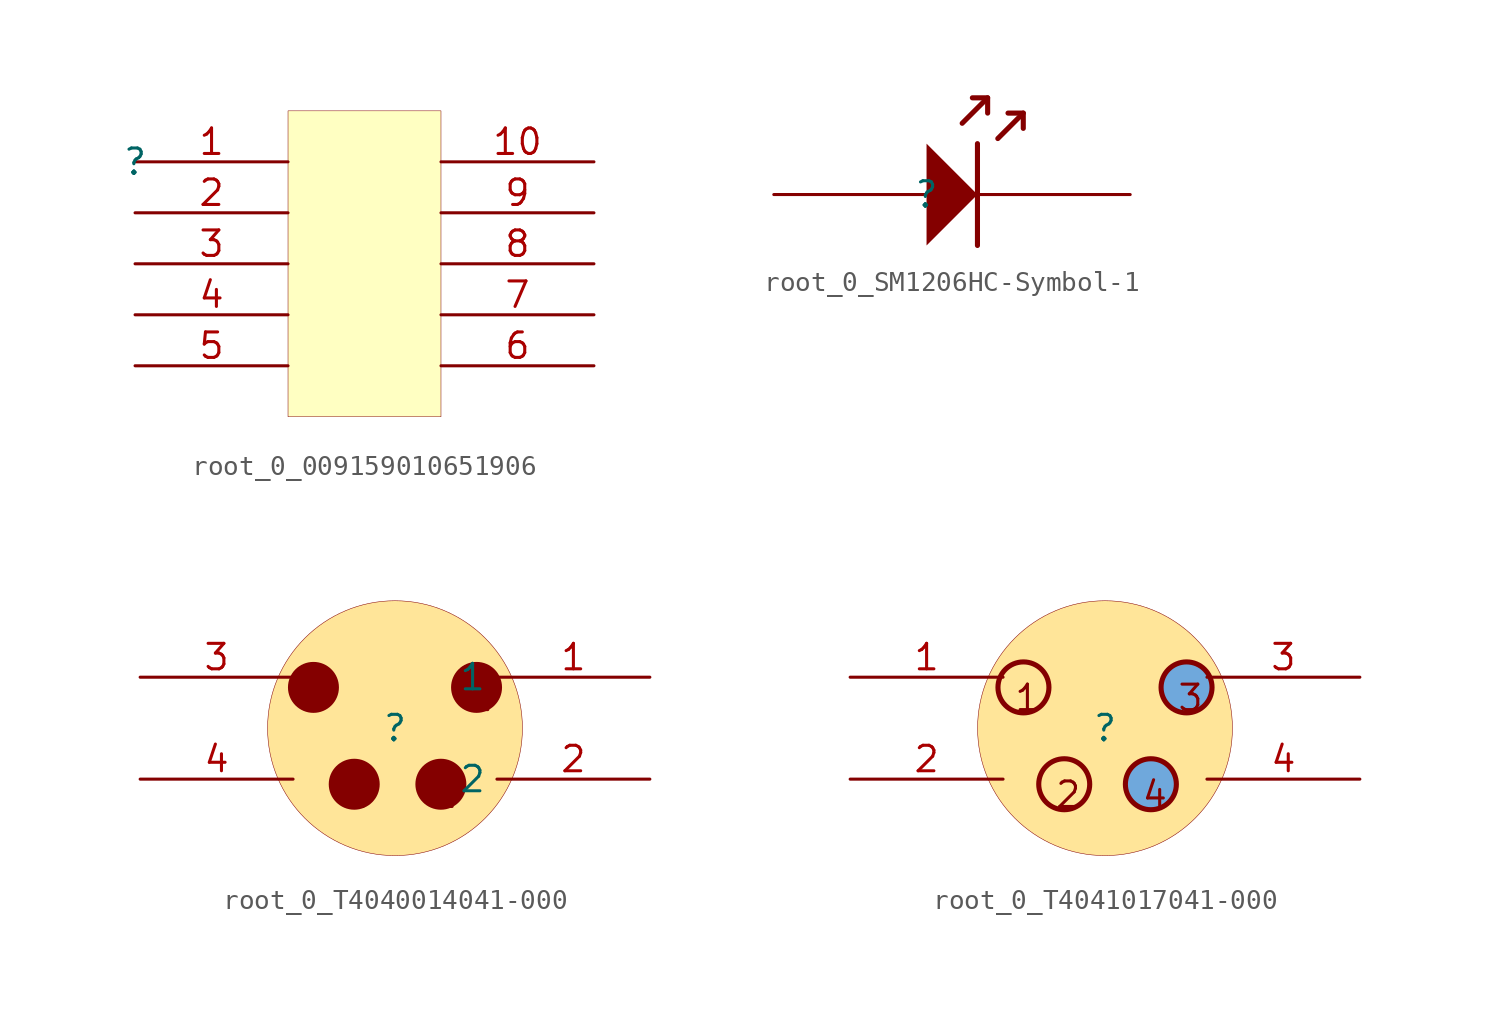
<source format=kicad_sym>
(kicad_symbol_lib
  (version 20231120)
  (generator "kicad_symbol_editor")
  (generator_version "8.0")
  (symbol "root_0_009159010651906"
    (property "Reference" ""
      (at 0 0 0)
      (effects (font (size 1.27 1.27))))
    (property "Value" ""
      (at 0 0 0)
      (effects (font (size 1.27 1.27))))
    (symbol "root_0_009159010651906_1_0"
      (rectangle (start 15.24 2.54) (end 7.62 -12.7) (stroke (width 0.025) (type solid) (color 128 0 0 1)) (fill (type background)))
      (pin passive line (at 0 0 0) (length 7.62) (name "1" (effects (font (size 0 0)))) (number "1" (effects (font (size 1.27 1.27)))))
      (pin passive line (at 22.86 0 180) (length 7.62) (name "10" (effects (font (size 0 0)))) (number "10" (effects (font (size 1.27 1.27)))))
      (pin passive line (at 0 -2.54 0) (length 7.62) (name "2" (effects (font (size 0 0)))) (number "2" (effects (font (size 1.27 1.27)))))
      (pin passive line (at 0 -5.08 0) (length 7.62) (name "3" (effects (font (size 0 0)))) (number "3" (effects (font (size 1.27 1.27)))))
      (pin passive line (at 0 -7.62 0) (length 7.62) (name "4" (effects (font (size 0 0)))) (number "4" (effects (font (size 1.27 1.27)))))
      (pin passive line (at 0 -10.16 0) (length 7.62) (name "5" (effects (font (size 0 0)))) (number "5" (effects (font (size 1.27 1.27)))))
      (pin passive line (at 22.86 -10.16 180) (length 7.62) (name "6" (effects (font (size 0 0)))) (number "6" (effects (font (size 1.27 1.27)))))
      (pin passive line (at 22.86 -7.62 180) (length 7.62) (name "7" (effects (font (size 0 0)))) (number "7" (effects (font (size 1.27 1.27)))))
      (pin passive line (at 22.86 -5.08 180) (length 7.62) (name "8" (effects (font (size 0 0)))) (number "8" (effects (font (size 1.27 1.27)))))
      (pin passive line (at 22.86 -2.54 180) (length 7.62) (name "9" (effects (font (size 0 0)))) (number "9" (effects (font (size 1.27 1.27)))))))
  (symbol "root_0_SM1206HC-Symbol-1"
    (property "Reference" ""
      (at 0 0 0)
      (effects (font (size 1.27 1.27))))
    (property "Value" ""
      (at 0 0 0)
      (effects (font (size 1.27 1.27))))
    (symbol "root_0_SM1206HC-Symbol-1_1_0"
      (polyline (pts (xy 1.778 3.556) (xy 3.048 4.826)) (stroke (width 0.254) (type solid)) (fill (type none)))
      (polyline (pts (xy 2.54 2.54) (xy 2.54 -2.54)) (stroke (width 0.254) (type solid)) (fill (type none)))
      (polyline (pts (xy 3.556 2.794) (xy 4.826 4.064)) (stroke (width 0.254) (type solid)) (fill (type none)))
      (polyline (pts (xy 2.286 4.826) (xy 3.048 4.826) (xy 3.048 4.064)) (stroke (width 0.254) (type solid)) (fill (type none)))
      (polyline (pts (xy 4.064 4.064) (xy 4.826 4.064) (xy 4.826 3.302)) (stroke (width 0.254) (type solid)) (fill (type none)))
      (polyline (pts (xy 0 2.54) (xy 0 -2.54) (xy 2.54 0) (xy 0 2.54) (xy 0 2.54)) (stroke (width -0.0001) (type solid)) (fill (type outline)))
      (pin passive line (at -7.62 0 0) (length 7.62) (name "1" (effects (font (size 0 0)))) (number "1" (effects (font (size 0 0)))))
      (pin passive line (at 10.16 0 180) (length 7.62) (name "2" (effects (font (size 0 0)))) (number "2" (effects (font (size 0 0)))))))
  (symbol "root_0_T4040014041-000"
    (property "Reference" ""
      (at 0 0 0)
      (effects (font (size 1.27 1.27))))
    (property "Value" ""
      (at 0 0 0)
      (effects (font (size 1.27 1.27))))
    (symbol "root_0_T4040014041-000_1_0"
      (circle (center -4.064 2.032) (radius 1.27) (stroke (width -0.0001) (type solid)) (fill (type outline)))
      (circle (center -2.032 -2.794) (radius 1.27) (stroke (width -0.0001) (type solid)) (fill (type outline)))
      (circle (center 0 0) (radius 6.35) (stroke (width 0.025) (type solid)) (fill (type color) (color 255 229 153 1)))
      (circle (center 2.286 -2.794) (radius 1.27) (stroke (width -0.0001) (type solid)) (fill (type outline)))
      (circle (center 4.064 2.032) (radius 1.27) (stroke (width -0.0001) (type solid)) (fill (type outline)))
      (text "1" (at 3.556 0.762 0) (effects (font (size 1.27 1.27)) (justify left bottom)))
      (text "2" (at 1.778 -4.064 0) (effects (font (size 1.27 1.27)) (justify left bottom)))
      (text "3" (at -4.572 0.762 0) (effects (font (size 1.27 1.27)) (justify left bottom)))
      (text "4" (at -2.54 -4.064 0) (effects (font (size 1.27 1.27)) (justify left bottom)))
      (pin passive line (at 12.7 2.54 180) (length 7.62) (name "1" (effects (font (size 1.27 1.27)))) (number "1" (effects (font (size 1.27 1.27)))))
      (pin passive line (at 12.7 -2.54 180) (length 7.62) (name "2" (effects (font (size 1.27 1.27)))) (number "2" (effects (font (size 1.27 1.27)))))
      (pin passive line (at -12.7 2.54 0) (length 7.62) (name "3" (effects (font (size 0 0)))) (number "3" (effects (font (size 1.27 1.27)))))
      (pin passive line (at -12.7 -2.54 0) (length 7.62) (name "4" (effects (font (size 0 0)))) (number "4" (effects (font (size 1.27 1.27)))))))
  (symbol "root_0_T4041017041-000"
    (property "Reference" ""
      (at 0 0 0)
      (effects (font (size 1.27 1.27))))
    (property "Value" ""
      (at 0 0 0)
      (effects (font (size 1.27 1.27))))
    (symbol "root_0_T4041017041-000_1_0"
      (circle (center -4.064 2.032) (radius 1.27) (stroke (width 0.254) (type solid)) (fill (type color) (color 111 168 220 1)))
      (circle (center -2.032 -2.794) (radius 1.27) (stroke (width 0.254) (type solid)) (fill (type color) (color 111 168 220 1)))
      (circle (center 0 0) (radius 6.35) (stroke (width 0.025) (type solid)) (fill (type color) (color 255 229 153 1)))
      (circle (center 2.286 -2.794) (radius 1.27) (stroke (width 0.254) (type solid)) (fill (type color) (color 111 168 220 1)))
      (circle (center 4.064 2.032) (radius 1.27) (stroke (width 0.254) (type solid)) (fill (type color) (color 111 168 220 1)))
      (text "1" (at -4.572 0.762 0) (effects (font (size 1.27 1.27)) (justify left bottom)))
      (text "2" (at -2.54 -4.064 0) (effects (font (size 1.27 1.27)) (justify left bottom)))
      (text "3" (at 3.556 0.762 0) (effects (font (size 1.27 1.27)) (justify left bottom)))
      (text "4" (at 1.778 -4.064 0) (effects (font (size 1.27 1.27)) (justify left bottom)))
      (pin passive line (at -12.7 2.54 0) (length 7.62) (name "1" (effects (font (size 0 0)))) (number "1" (effects (font (size 1.27 1.27)))))
      (pin passive line (at -12.7 -2.54 0) (length 7.62) (name "2" (effects (font (size 0 0)))) (number "2" (effects (font (size 1.27 1.27)))))
      (pin passive line (at 12.7 2.54 180) (length 7.62) (name "3" (effects (font (size 0 0)))) (number "3" (effects (font (size 1.27 1.27)))))
      (pin passive line (at 12.7 -2.54 180) (length 7.62) (name "4" (effects (font (size 0 0)))) (number "4" (effects (font (size 1.27 1.27))))))))
</source>
